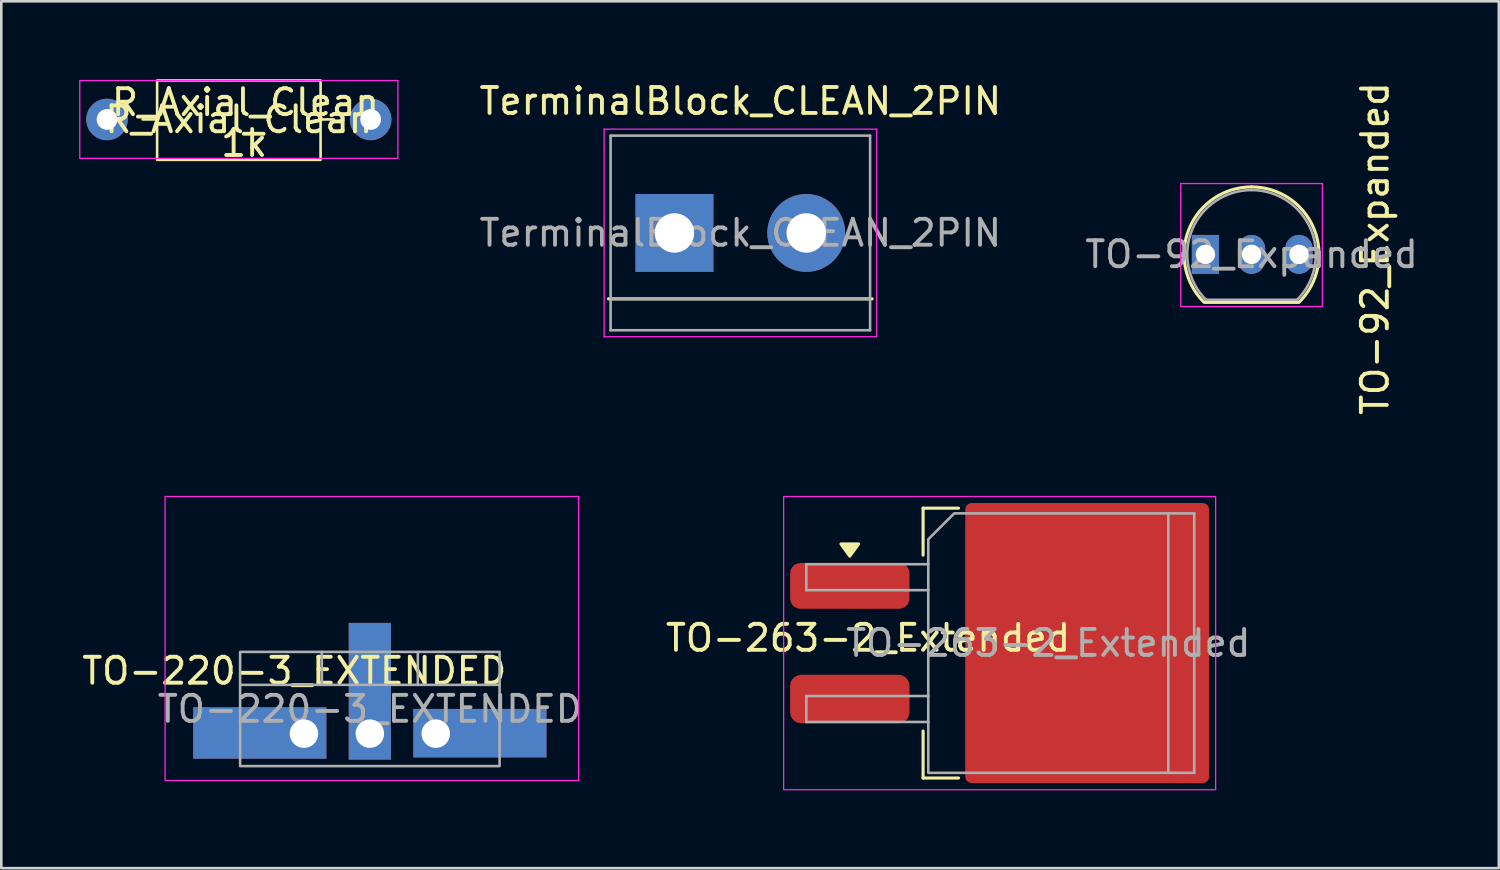
<source format=kicad_pcb>
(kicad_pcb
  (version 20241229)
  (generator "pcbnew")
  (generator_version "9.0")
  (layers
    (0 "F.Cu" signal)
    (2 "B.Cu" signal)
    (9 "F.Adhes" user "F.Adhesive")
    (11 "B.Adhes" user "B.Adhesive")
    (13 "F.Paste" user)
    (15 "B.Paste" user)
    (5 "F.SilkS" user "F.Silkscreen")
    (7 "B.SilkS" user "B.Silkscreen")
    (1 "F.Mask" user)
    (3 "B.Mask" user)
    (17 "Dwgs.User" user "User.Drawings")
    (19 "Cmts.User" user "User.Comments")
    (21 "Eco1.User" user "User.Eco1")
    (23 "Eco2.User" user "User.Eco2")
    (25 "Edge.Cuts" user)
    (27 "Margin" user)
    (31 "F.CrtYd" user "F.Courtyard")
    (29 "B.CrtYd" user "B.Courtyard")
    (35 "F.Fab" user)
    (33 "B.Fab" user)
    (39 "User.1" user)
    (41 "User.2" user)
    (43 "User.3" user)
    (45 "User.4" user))
  (footprint "TO-92_Expanded"
    (layer "F.Cu")
    (at 43.915 6.754)
    (property "Reference" "TO-92_Expanded" (at 6.028 -0.224 270) (layer "F.SilkS") (effects (font (size 1 1) (thickness 0.15))))
    (attr through_hole)
    (fp_line (start -0.53 1.85) (end 3.07 1.85) (stroke (width 0.12) (type solid)) (layer "F.SilkS"))
    (fp_arc (start -0.568478 1.838478) (mid -1.132087 -0.994977) (end 1.27 -2.6) (stroke (width 0.12) (type solid)) (layer "F.SilkS"))
    (fp_arc (start 1.27 -2.6) (mid 3.672087 -0.994977) (end 3.108478 1.838478) (stroke (width 0.12) (type solid)) (layer "F.SilkS"))
    (fp_line (start -1.46 -2.73) (end -1.46 2.01) (stroke (width 0.05) (type solid)) (layer "F.CrtYd"))
    (fp_line (start -1.46 -2.73) (end 4 -2.73) (stroke (width 0.05) (type solid)) (layer "F.CrtYd"))
    (fp_line (start 4 2.01) (end -1.46 2.01) (stroke (width 0.05) (type solid)) (layer "F.CrtYd"))
    (fp_line (start 4 2.01) (end 4 -2.73) (stroke (width 0.05) (type solid)) (layer "F.CrtYd"))
    (fp_line (start -0.5 1.75) (end 3 1.75) (stroke (width 0.1) (type solid)) (layer "F.Fab"))
    (fp_arc (start -0.483625 1.753625) (mid -1.021221 -0.949055) (end 1.27 -2.48) (stroke (width 0.1) (type solid)) (layer "F.Fab"))
    (fp_arc (start 1.27 -2.48) (mid 3.561221 -0.949055) (end 3.023625 1.753625) (stroke (width 0.1) (type solid)) (layer "F.Fab"))
    (fp_text user "${REFERENCE}" (at 1.27 0 0) (layer "F.Fab") (effects (font (size 1 1) (thickness 0.15))))
    (pad "1" thru_hole rect (at -0.508 0) (size 1.05 1.5) (drill 0.75) (layers "*.Cu" "*.Mask"))
    (pad "2" thru_hole oval (at 1.27 0) (size 1.05 1.5) (drill 0.75) (layers "*.Cu" "*.Mask"))
    (pad "3" thru_hole oval (at 3.099 0) (size 1.05 1.5) (drill 0.75) (layers "*.Cu" "*.Mask")))
  (footprint "TO-220-3_EXTENDED"
    (layer "F.Cu")
    (at 8.664 25.225)
    (property "Reference" "TO-220-3_EXTENDED" (at -0.372 -2.418 0) (layer "F.SilkS") (effects (font (size 1 1) (thickness 0.15))))
    (attr through_hole)
    (fp_rect (start 10.584 1.805) (end -5.352 -9.14) (stroke (width 0.05) (type solid)) (fill no) (layer "F.CrtYd"))
    (fp_line (start -2.46 -1.88) (end 7.54 -1.88) (stroke (width 0.1) (type solid)) (layer "F.Fab"))
    (fp_line (start 0.69 -3.15) (end 0.69 -1.88) (stroke (width 0.1) (type solid)) (layer "F.Fab"))
    (fp_line (start 4.39 -3.15) (end 4.39 -1.88) (stroke (width 0.1) (type solid)) (layer "F.Fab"))
    (fp_rect (start -2.46 -3.15) (end 7.54 1.25) (stroke (width 0.1) (type solid)) (fill no) (layer "F.Fab"))
    (fp_text user "${REFERENCE}" (at 2.54 -0.95 0) (layer "F.Fab") (effects (font (size 1 1) (thickness 0.15))))
    (pad "1" thru_hole rect (at 0 0 90) (size 1.981 5.131) (drill 1.1 (offset 0.025 -1.702)) (layers "*.Cu" "*.Mask"))
    (pad "2" thru_hole rect (at 2.54 0) (size 1.626 5.267) (drill 1.1 (offset 0 -1.634)) (layers "*.Cu" "*.Mask"))
    (pad "3" thru_hole rect (at 5.08 0 270) (size 1.867 5.131) (drill 1.1 (offset -0.019 -1.702)) (layers "*.Cu" "*.Mask")))
  (footprint "TO-263-2_Extended"
    (layer "F.Cu")
    (at 37.351 21.735)
    (property "Reference" "TO-263-2_Extended" (at -6.945 -0.197 0) (layer "F.SilkS") (effects (font (size 1 1) (thickness 0.15))))
    (attr smd)
    (fp_line (start -4.825 -5.2) (end -4.825 -3.39) (stroke (width 0.12) (type solid)) (layer "F.SilkS"))
    (fp_line (start -4.825 5.2) (end -4.825 3.39) (stroke (width 0.12) (type solid)) (layer "F.SilkS"))
    (fp_line (start -3.46 -5.2) (end -4.825 -5.2) (stroke (width 0.12) (type solid)) (layer "F.SilkS"))
    (fp_line (start -3.46 5.2) (end -4.825 5.2) (stroke (width 0.12) (type solid)) (layer "F.SilkS"))
    (fp_poly (pts (xy -7.65 -3.35) (xy -7.99 -3.82) (xy -7.31 -3.82)) (stroke (width 0.12) (type solid)) (fill yes) (layer "F.SilkS"))
    (fp_rect (start -10.2 -5.65) (end 6.45 5.65) (stroke (width 0.05) (type solid)) (fill no) (layer "F.CrtYd"))
    (fp_line (start -9.325 -3.04) (end -9.325 -2.04) (stroke (width 0.1) (type solid)) (layer "F.Fab"))
    (fp_line (start -9.325 -2.04) (end -4.625 -2.04) (stroke (width 0.1) (type solid)) (layer "F.Fab"))
    (fp_line (start -9.325 2.04) (end -9.325 3.04) (stroke (width 0.1) (type solid)) (layer "F.Fab"))
    (fp_line (start -9.325 3.04) (end -4.625 3.04) (stroke (width 0.1) (type solid)) (layer "F.Fab"))
    (fp_line (start -4.625 -3.04) (end -9.325 -3.04) (stroke (width 0.1) (type solid)) (layer "F.Fab"))
    (fp_line (start -4.625 2.04) (end -9.325 2.04) (stroke (width 0.1) (type solid)) (layer "F.Fab"))
    (fp_line (start 4.625 -5) (end 5.625 -5) (stroke (width 0.1) (type solid)) (layer "F.Fab"))
    (fp_line (start 5.625 -5) (end 5.625 5) (stroke (width 0.1) (type solid)) (layer "F.Fab"))
    (fp_line (start 5.625 5) (end 4.625 5) (stroke (width 0.1) (type solid)) (layer "F.Fab"))
    (fp_poly (pts (xy 4.625 -5) (xy 4.625 5) (xy -4.625 5) (xy -4.625 -4) (xy -3.625 -5)) (stroke (width 0.1) (type solid)) (fill no) (layer "F.Fab"))
    (fp_text user "${REFERENCE}" (at 0 0 0) (layer "F.Fab") (effects (font (size 1 1) (thickness 0.15))))
    (pad "" smd roundrect (at -0.925 -2.775) (size 4.55 5.25) (layers "F.Paste") (roundrect_rratio 0.055))
    (pad "" smd roundrect (at -0.925 2.775) (size 4.55 5.25) (layers "F.Paste") (roundrect_rratio 0.055))
    (pad "" smd roundrect (at 3.925 -2.775) (size 4.55 5.25) (layers "F.Paste") (roundrect_rratio 0.055))
    (pad "" smd roundrect (at 3.925 2.775) (size 4.55 5.25) (layers "F.Paste") (roundrect_rratio 0.055))
    (pad "1" smd roundrect (at -7.65 -2.205) (size 4.6 1.769) (layers "F.Cu" "F.Mask" "F.Paste") (roundrect_rratio 0.227))
    (pad "2" smd roundrect (at 1.5 0) (size 9.4 10.8) (layers "F.Cu" "F.Mask") (roundrect_rratio 0.027))
    (pad "3" smd roundrect (at -7.65 2.155) (size 4.6 1.871) (layers "F.Cu" "F.Mask" "F.Paste") (roundrect_rratio 0.227)))
  (footprint "TerminalBlock_CLEAN_2PIN"
    (layer "F.Cu")
    (at 22.943 5.928)
    (property "Reference" "TerminalBlock_CLEAN_2PIN" (at 2.54 -5.08 180) (layer "F.SilkS") (effects (font (size 1 1) (thickness 0.15))))
    (attr through_hole)
    (fp_line (start 7.62 2.54) (end -2.54 2.54) (stroke (width 0.12) (type solid)) (layer "F.SilkS"))
    (fp_line (start -2.71 -4) (end -2.71 4) (stroke (width 0.05) (type solid)) (layer "F.CrtYd"))
    (fp_line (start -2.71 -4) (end 7.79 -4) (stroke (width 0.05) (type solid)) (layer "F.CrtYd"))
    (fp_line (start 7.79 4) (end -2.71 4) (stroke (width 0.05) (type solid)) (layer "F.CrtYd"))
    (fp_line (start 7.79 4) (end 7.79 -4) (stroke (width 0.05) (type solid)) (layer "F.CrtYd"))
    (fp_line (start -2.46 -3.75) (end -2.46 3.75) (stroke (width 0.1) (type solid)) (layer "F.Fab"))
    (fp_line (start -2.46 3.75) (end 7.54 3.75) (stroke (width 0.1) (type solid)) (layer "F.Fab"))
    (fp_line (start -2.41 2.55) (end 7.49 2.55) (stroke (width 0.1) (type solid)) (layer "F.Fab"))
    (fp_line (start 7.54 -3.75) (end -2.46 -3.75) (stroke (width 0.1) (type solid)) (layer "F.Fab"))
    (fp_line (start 7.54 3.75) (end 7.54 -3.75) (stroke (width 0.1) (type solid)) (layer "F.Fab"))
    (fp_text user "${REFERENCE}" (at 2.54 0 180) (layer "F.Fab") (effects (font (size 1 1) (thickness 0.15))))
    (pad "1" thru_hole rect (at 0 0) (size 3 3) (drill 1.52) (layers "*.Cu" "*.Mask"))
    (pad "2" thru_hole circle (at 5.08 0) (size 3 3) (drill 1.52) (layers "*.Cu" "*.Mask")))
  (footprint "R_Axial_Clean"
    (layer "F.Cu")
    (at 1.075 1.554)
    (property "Reference" "R_Axial_Clean" (at 5.08 0 0) (layer "F.SilkS") (effects (font (size 1 1) (thickness 0.15))))
    (property "Value" "1k" (at 5.08 2.37 0) (layer "F.Fab") (hide yes) (effects (font (size 1 1) (thickness 0.15))))
    (attr through_hole)
    (fp_line (start 1.372 0) (end 1.93 0) (stroke (width 0.1) (type solid)) (layer "F.SilkS"))
    (fp_line (start 8.738 0) (end 8.23 0) (stroke (width 0.1) (type solid)) (layer "F.SilkS"))
    (fp_rect (start 1.93 -1.504) (end 8.23 1.555) (stroke (width 0.1) (type solid)) (fill no) (layer "F.SilkS"))
    (fp_rect (start -1.05 -1.5) (end 11.21 1.5) (stroke (width 0.05) (type solid)) (fill no) (layer "F.CrtYd"))
    (fp_text user "${VALUE}" (at 5.283 0.914 0) (layer "F.SilkS") (effects (font (size 1 1) (thickness 0.15))))
    (fp_text user "${REFERENCE}" (at 5.334 -0.66 0) (layer "F.SilkS") (effects (font (size 1 1) (thickness 0.15))))
    (pad "1" thru_hole circle (at 0 0) (size 1.6 1.6) (drill 0.8) (layers "*.Cu" "*.Mask"))
    (pad "2" thru_hole circle (at 10.16 0) (size 1.6 1.6) (drill 0.8) (layers "*.Cu" "*.Mask")))
  (gr_rect
    (start -3 -3)
    (end 54.715 30.41)
    (stroke (width 0.1) (type default))
    (fill no)
    (layer "Edge.Cuts")))
</source>
